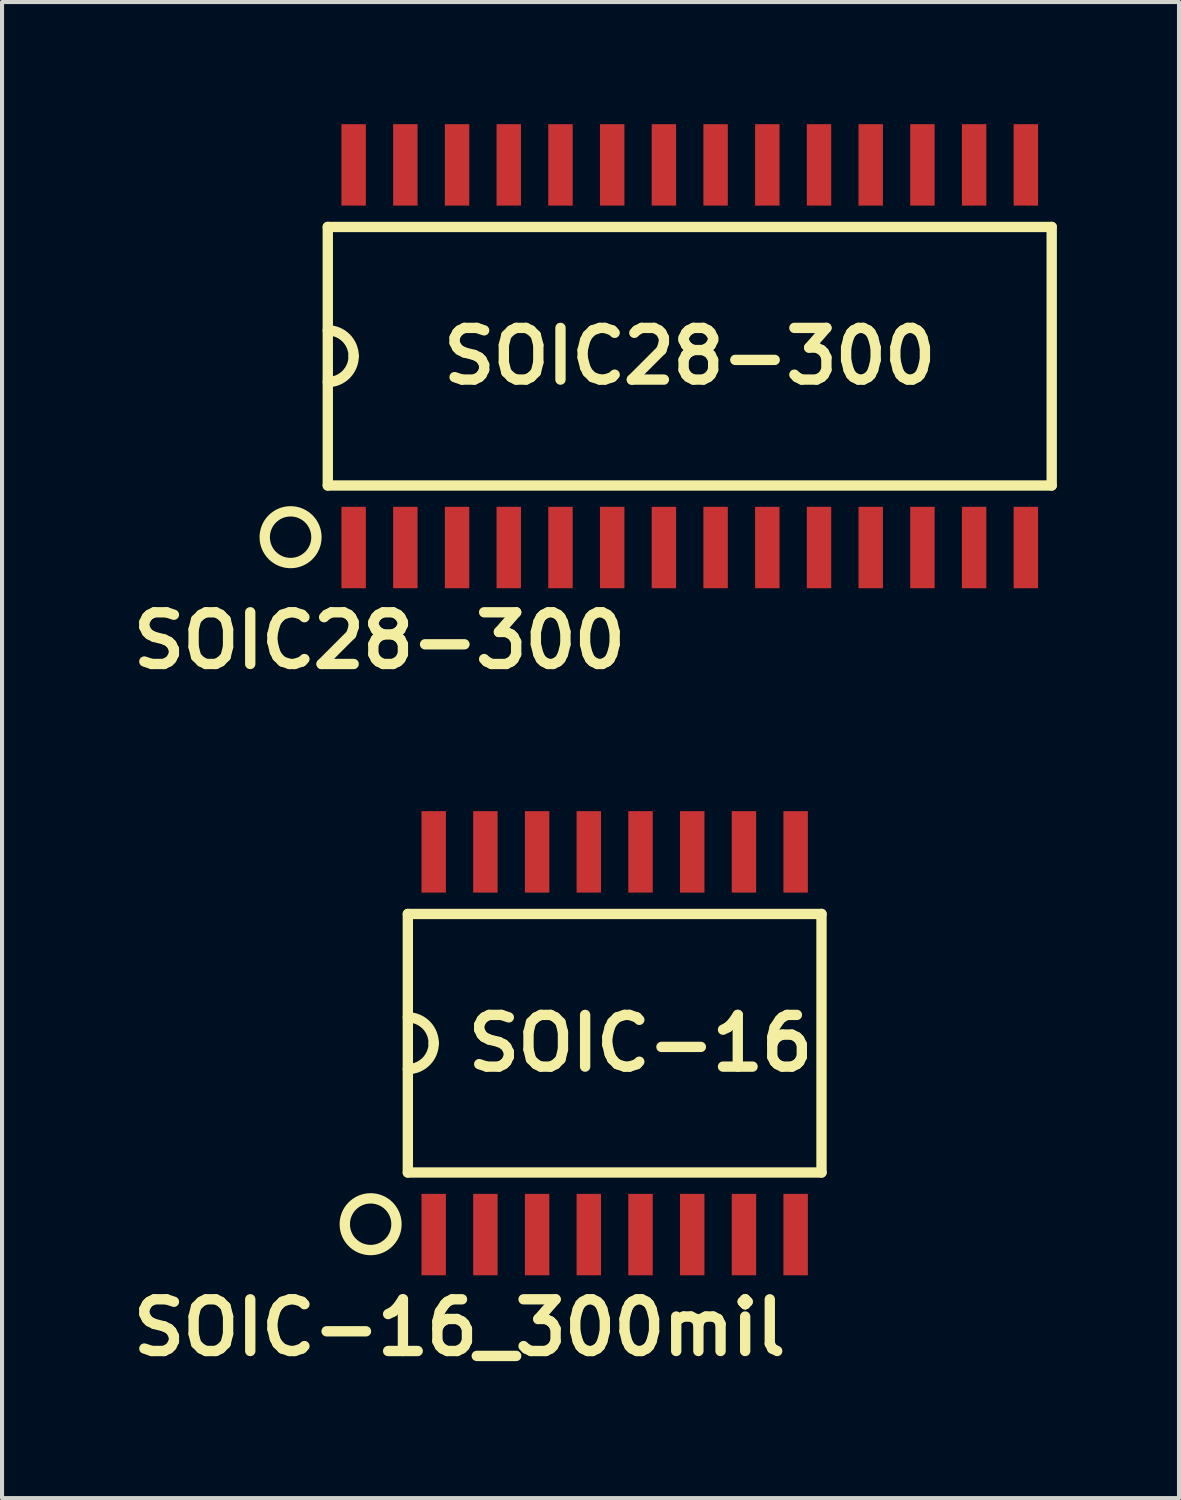
<source format=kicad_pcb>
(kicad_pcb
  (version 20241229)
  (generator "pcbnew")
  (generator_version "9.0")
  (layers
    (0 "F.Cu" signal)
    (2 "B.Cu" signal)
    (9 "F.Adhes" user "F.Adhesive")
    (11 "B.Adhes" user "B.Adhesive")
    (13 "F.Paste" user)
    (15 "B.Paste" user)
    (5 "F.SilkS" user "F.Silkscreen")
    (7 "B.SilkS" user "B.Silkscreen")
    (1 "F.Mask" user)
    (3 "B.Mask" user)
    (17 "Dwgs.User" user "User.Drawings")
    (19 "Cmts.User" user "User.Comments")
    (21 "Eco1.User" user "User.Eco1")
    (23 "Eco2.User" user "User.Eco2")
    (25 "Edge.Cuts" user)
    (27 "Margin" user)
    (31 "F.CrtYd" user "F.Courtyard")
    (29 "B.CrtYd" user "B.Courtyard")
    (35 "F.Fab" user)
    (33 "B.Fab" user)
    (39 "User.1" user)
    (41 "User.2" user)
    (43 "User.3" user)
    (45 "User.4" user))
  (footprint "SOIC-16_300mil"
    (layer "F.Cu")
    (at 12.047 22.573)
    (property "Reference" "SOIC-16_300mil" (at -3.81 6.985 0) (layer "F.SilkS") (effects (font (size 1.27 1.27) (thickness 0.254))))
    (attr smd)
    (fp_line (start -5.08 -3.175) (end 5.08 -3.175) (stroke (width 0.254) (type solid)) (layer "F.SilkS"))
    (fp_line (start -5.08 3.175) (end -5.08 -3.175) (stroke (width 0.254) (type solid)) (layer "F.SilkS"))
    (fp_line (start 5.08 -3.175) (end 5.08 3.175) (stroke (width 0.254) (type solid)) (layer "F.SilkS"))
    (fp_line (start 5.08 3.175) (end -5.08 3.175) (stroke (width 0.254) (type solid)) (layer "F.SilkS"))
    (fp_arc (start -5.08 -0.635) (mid -4.630987 -0.449013) (end -4.445 0) (stroke (width 0.254) (type solid)) (layer "F.SilkS"))
    (fp_arc (start -4.445 0) (mid -4.630987 0.449013) (end -5.08 0.635) (stroke (width 0.254) (type solid)) (layer "F.SilkS"))
    (fp_circle (center -5.994 4.445) (end -5.994 3.81) (stroke (width 0.254) (type solid)) (fill no) (layer "F.SilkS"))
    (fp_text user "SOIC-16" (at 0.635 0 0) (layer "F.SilkS") (effects (font (size 1.27 1.27) (thickness 0.254))))
    (pad "1" smd rect (at -4.445 4.7 90) (size 2 0.6) (layers "F.Cu" "F.Mask" "F.Paste"))
    (pad "2" smd rect (at -3.175 4.7 90) (size 2 0.6) (layers "F.Cu" "F.Mask" "F.Paste"))
    (pad "3" smd rect (at -1.905 4.7 90) (size 2 0.6) (layers "F.Cu" "F.Mask" "F.Paste"))
    (pad "4" smd rect (at -0.635 4.7 90) (size 2 0.6) (layers "F.Cu" "F.Mask" "F.Paste"))
    (pad "5" smd rect (at 0.635 4.7 90) (size 2 0.6) (layers "F.Cu" "F.Mask" "F.Paste"))
    (pad "6" smd rect (at 1.905 4.7 90) (size 2 0.6) (layers "F.Cu" "F.Mask" "F.Paste"))
    (pad "7" smd rect (at 3.175 4.7 90) (size 2 0.6) (layers "F.Cu" "F.Mask" "F.Paste"))
    (pad "8" smd rect (at 4.445 4.7 90) (size 2 0.6) (layers "F.Cu" "F.Mask" "F.Paste"))
    (pad "9" smd rect (at 4.445 -4.7 90) (size 2 0.6) (layers "F.Cu" "F.Mask" "F.Paste"))
    (pad "10" smd rect (at 3.175 -4.7 90) (size 2 0.6) (layers "F.Cu" "F.Mask" "F.Paste"))
    (pad "11" smd rect (at 1.905 -4.7 90) (size 2 0.6) (layers "F.Cu" "F.Mask" "F.Paste"))
    (pad "12" smd rect (at 0.635 -4.7 90) (size 2 0.6) (layers "F.Cu" "F.Mask" "F.Paste"))
    (pad "13" smd rect (at -0.635 -4.7 90) (size 2 0.6) (layers "F.Cu" "F.Mask" "F.Paste"))
    (pad "14" smd rect (at -1.905 -4.7 90) (size 2 0.6) (layers "F.Cu" "F.Mask" "F.Paste"))
    (pad "15" smd rect (at -3.175 -4.7 90) (size 2 0.6) (layers "F.Cu" "F.Mask" "F.Paste"))
    (pad "16" smd rect (at -4.445 -4.7 90) (size 2 0.6) (layers "F.Cu" "F.Mask" "F.Paste")))
  (footprint "SOIC28-300"
    (layer "F.Cu")
    (at 13.891 5.699)
    (property "Reference" "SOIC28-300" (at -7.62 6.985 0) (layer "F.SilkS") (effects (font (size 1.27 1.27) (thickness 0.254))))
    (attr smd)
    (fp_line (start -8.89 -3.175) (end 8.89 -3.175) (stroke (width 0.254) (type solid)) (layer "F.SilkS"))
    (fp_line (start -8.89 3.175) (end -8.89 -3.175) (stroke (width 0.254) (type solid)) (layer "F.SilkS"))
    (fp_line (start 8.89 -3.175) (end 8.89 3.175) (stroke (width 0.254) (type solid)) (layer "F.SilkS"))
    (fp_line (start 8.89 3.175) (end -8.89 3.175) (stroke (width 0.254) (type solid)) (layer "F.SilkS"))
    (fp_arc (start -8.89 -0.635) (mid -8.440987 -0.449013) (end -8.255 0) (stroke (width 0.254) (type solid)) (layer "F.SilkS"))
    (fp_arc (start -8.255 0) (mid -8.440987 0.449013) (end -8.89 0.635) (stroke (width 0.254) (type solid)) (layer "F.SilkS"))
    (fp_circle (center -9.804 4.445) (end -9.804 3.81) (stroke (width 0.254) (type solid)) (fill no) (layer "F.SilkS"))
    (fp_text user "SOIC28-300" (at 0 0 0) (layer "F.SilkS") (effects (font (size 1.27 1.27) (thickness 0.254))))
    (pad "1" smd rect (at -8.255 4.699 90) (size 2 0.6) (layers "F.Cu" "F.Mask" "F.Paste"))
    (pad "2" smd rect (at -6.985 4.699 90) (size 2 0.6) (layers "F.Cu" "F.Mask" "F.Paste"))
    (pad "3" smd rect (at -5.715 4.699 90) (size 2 0.6) (layers "F.Cu" "F.Mask" "F.Paste"))
    (pad "4" smd rect (at -4.445 4.699 90) (size 2 0.6) (layers "F.Cu" "F.Mask" "F.Paste"))
    (pad "5" smd rect (at -3.175 4.699 90) (size 2 0.6) (layers "F.Cu" "F.Mask" "F.Paste"))
    (pad "6" smd rect (at -1.905 4.699 90) (size 2 0.6) (layers "F.Cu" "F.Mask" "F.Paste"))
    (pad "7" smd rect (at -0.635 4.699 90) (size 2 0.6) (layers "F.Cu" "F.Mask" "F.Paste"))
    (pad "8" smd rect (at 0.635 4.699 90) (size 2 0.6) (layers "F.Cu" "F.Mask" "F.Paste"))
    (pad "9" smd rect (at 1.905 4.699 90) (size 2 0.6) (layers "F.Cu" "F.Mask" "F.Paste"))
    (pad "10" smd rect (at 3.175 4.699 90) (size 2 0.6) (layers "F.Cu" "F.Mask" "F.Paste"))
    (pad "11" smd rect (at 4.445 4.699 90) (size 2 0.6) (layers "F.Cu" "F.Mask" "F.Paste"))
    (pad "12" smd rect (at 5.715 4.699 90) (size 2 0.6) (layers "F.Cu" "F.Mask" "F.Paste"))
    (pad "13" smd rect (at 6.985 4.699 90) (size 2 0.6) (layers "F.Cu" "F.Mask" "F.Paste"))
    (pad "14" smd rect (at 8.255 4.699 90) (size 2 0.6) (layers "F.Cu" "F.Mask" "F.Paste"))
    (pad "15" smd rect (at 8.255 -4.699 90) (size 2 0.6) (layers "F.Cu" "F.Mask" "F.Paste"))
    (pad "16" smd rect (at 6.985 -4.699 90) (size 2 0.6) (layers "F.Cu" "F.Mask" "F.Paste"))
    (pad "17" smd rect (at 5.715 -4.699 90) (size 2 0.6) (layers "F.Cu" "F.Mask" "F.Paste"))
    (pad "18" smd rect (at 4.445 -4.699 90) (size 2 0.6) (layers "F.Cu" "F.Mask" "F.Paste"))
    (pad "19" smd rect (at 3.175 -4.699 90) (size 2 0.6) (layers "F.Cu" "F.Mask" "F.Paste"))
    (pad "20" smd rect (at 1.905 -4.699 90) (size 2 0.6) (layers "F.Cu" "F.Mask" "F.Paste"))
    (pad "21" smd rect (at 0.635 -4.699 90) (size 2 0.6) (layers "F.Cu" "F.Mask" "F.Paste"))
    (pad "22" smd rect (at -0.635 -4.699 90) (size 2 0.6) (layers "F.Cu" "F.Mask" "F.Paste"))
    (pad "23" smd rect (at -1.905 -4.699 90) (size 2 0.6) (layers "F.Cu" "F.Mask" "F.Paste"))
    (pad "24" smd rect (at -3.175 -4.699 90) (size 2 0.6) (layers "F.Cu" "F.Mask" "F.Paste"))
    (pad "25" smd rect (at -4.445 -4.699 90) (size 2 0.6) (layers "F.Cu" "F.Mask" "F.Paste"))
    (pad "26" smd rect (at -5.715 -4.699 90) (size 2 0.6) (layers "F.Cu" "F.Mask" "F.Paste"))
    (pad "27" smd rect (at -6.985 -4.699 90) (size 2 0.6) (layers "F.Cu" "F.Mask" "F.Paste"))
    (pad "28" smd rect (at -8.255 -4.699 90) (size 2 0.6) (layers "F.Cu" "F.Mask" "F.Paste")))
  (gr_rect
    (start -3 -3)
    (end 25.908 33.746)
    (stroke (width 0.1) (type default))
    (fill no)
    (layer "Edge.Cuts")))
</source>
